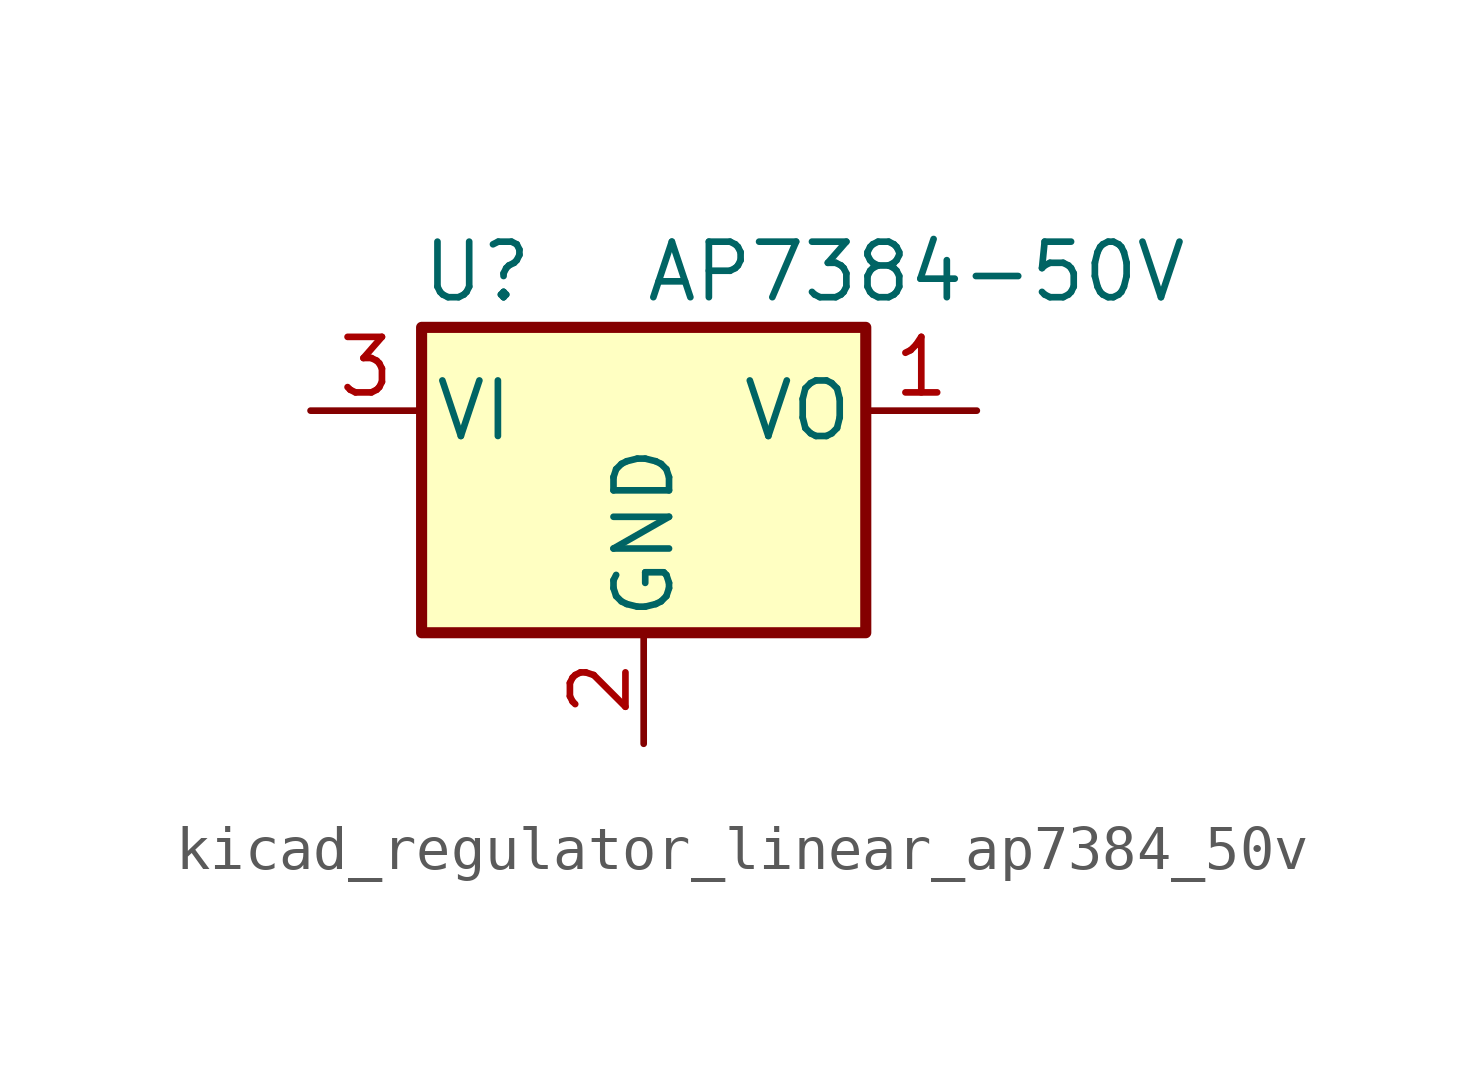
<source format=kicad_sym>
(kicad_symbol_lib
  (version 20220914)
  (generator kicad_symbol_editor)
  (symbol "kicad_regulator_linear_ap7384_50v"
    (pin_names
      (offset 0.254))
    (property "Reference" "U"
      (at -3.81 3.175 0)
      (effects (font (size 1.27 1.27))))
    (property "Value" "AP7384-50V"
      (at 0 3.175 0)
      (effects (font (size 1.27 1.27)) (justify left)))
    (symbol "kicad_regulator_linear_ap7384_50v_0_1"
      (rectangle (start -5.08 1.905) (end 5.08 -5.08) (stroke (width 0.254) (type default)) (fill (type background))))
    (symbol "kicad_regulator_linear_ap7384_50v_1_1"
      (pin power_out line (at 7.62 0 180) (length 2.54) (name "VO" (effects (font (size 1.27 1.27)))) (number "1" (effects (font (size 1.27 1.27)))))
      (pin power_in line (at 0 -7.62 90) (length 2.54) (name "GND" (effects (font (size 1.27 1.27)))) (number "2" (effects (font (size 1.27 1.27)))))
      (pin power_in line (at -7.62 0 0) (length 2.54) (name "VI" (effects (font (size 1.27 1.27)))) (number "3" (effects (font (size 1.27 1.27))))))))
</source>
